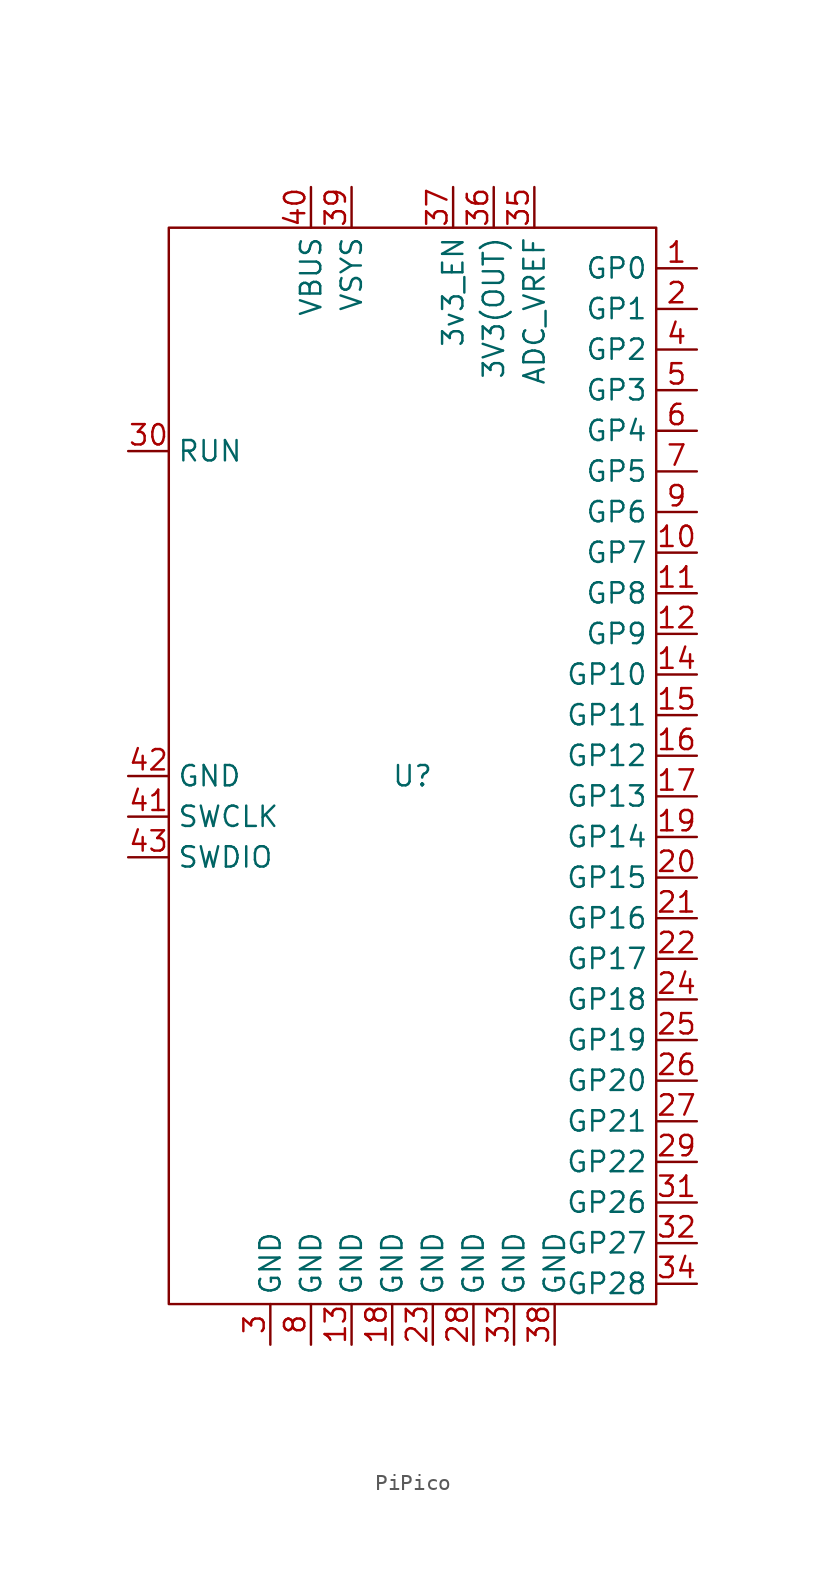
<source format=kicad_sym>
(kicad_symbol_lib
  (version 20231120)
  (generator "kicad_symbol_editor")
  (generator_version "8.0")
  (symbol "PiPico"
    (property "Reference" "U"
      (at 0 0 0)
      (effects (font (size 1.27 1.27))))
    (property "Value" ""
      (at 17.78 31.75 0)
      (effects (font (size 1.27 1.27))))
    (symbol "PiPico_0_0"
      (pin bidirectional line (at 17.78 31.75 180) (length 2.54) (name "GP0" (effects (font (size 1.27 1.27)))) (number "1" (effects (font (size 1.27 1.27)))))
      (pin bidirectional line (at 17.78 13.97 180) (length 2.54) (name "GP7" (effects (font (size 1.27 1.27)))) (number "10" (effects (font (size 1.27 1.27)))))
      (pin bidirectional line (at 17.78 11.43 180) (length 2.54) (name "GP8" (effects (font (size 1.27 1.27)))) (number "11" (effects (font (size 1.27 1.27)))))
      (pin bidirectional line (at 17.78 8.89 180) (length 2.54) (name "GP9" (effects (font (size 1.27 1.27)))) (number "12" (effects (font (size 1.27 1.27)))))
      (pin passive line (at -3.81 -35.56 90) (length 2.54) (name "GND" (effects (font (size 1.27 1.27)))) (number "13" (effects (font (size 1.27 1.27)))))
      (pin bidirectional line (at 17.78 6.35 180) (length 2.54) (name "GP10" (effects (font (size 1.27 1.27)))) (number "14" (effects (font (size 1.27 1.27)))))
      (pin bidirectional line (at 17.78 3.81 180) (length 2.54) (name "GP11" (effects (font (size 1.27 1.27)))) (number "15" (effects (font (size 1.27 1.27)))))
      (pin bidirectional line (at 17.78 1.27 180) (length 2.54) (name "GP12" (effects (font (size 1.27 1.27)))) (number "16" (effects (font (size 1.27 1.27)))))
      (pin bidirectional line (at 17.78 -1.27 180) (length 2.54) (name "GP13" (effects (font (size 1.27 1.27)))) (number "17" (effects (font (size 1.27 1.27)))))
      (pin passive line (at -1.27 -35.56 90) (length 2.54) (name "GND" (effects (font (size 1.27 1.27)))) (number "18" (effects (font (size 1.27 1.27)))))
      (pin bidirectional line (at 17.78 -3.81 180) (length 2.54) (name "GP14" (effects (font (size 1.27 1.27)))) (number "19" (effects (font (size 1.27 1.27)))))
      (pin bidirectional line (at 17.78 29.21 180) (length 2.54) (name "GP1" (effects (font (size 1.27 1.27)))) (number "2" (effects (font (size 1.27 1.27)))))
      (pin bidirectional line (at 17.78 -6.35 180) (length 2.54) (name "GP15" (effects (font (size 1.27 1.27)))) (number "20" (effects (font (size 1.27 1.27)))))
      (pin bidirectional line (at 17.78 -8.89 180) (length 2.54) (name "GP16" (effects (font (size 1.27 1.27)))) (number "21" (effects (font (size 1.27 1.27)))))
      (pin bidirectional line (at 17.78 -11.43 180) (length 2.54) (name "GP17" (effects (font (size 1.27 1.27)))) (number "22" (effects (font (size 1.27 1.27)))))
      (pin passive line (at 1.27 -35.56 90) (length 2.54) (name "GND" (effects (font (size 1.27 1.27)))) (number "23" (effects (font (size 1.27 1.27)))))
      (pin bidirectional line (at 17.78 -13.97 180) (length 2.54) (name "GP18" (effects (font (size 1.27 1.27)))) (number "24" (effects (font (size 1.27 1.27)))))
      (pin bidirectional line (at 17.78 -16.51 180) (length 2.54) (name "GP19" (effects (font (size 1.27 1.27)))) (number "25" (effects (font (size 1.27 1.27)))))
      (pin bidirectional line (at 17.78 -19.05 180) (length 2.54) (name "GP20" (effects (font (size 1.27 1.27)))) (number "26" (effects (font (size 1.27 1.27)))))
      (pin bidirectional line (at 17.78 -21.59 180) (length 2.54) (name "GP21" (effects (font (size 1.27 1.27)))) (number "27" (effects (font (size 1.27 1.27)))))
      (pin passive line (at 3.81 -35.56 90) (length 2.54) (name "GND" (effects (font (size 1.27 1.27)))) (number "28" (effects (font (size 1.27 1.27)))))
      (pin bidirectional line (at 17.78 -24.13 180) (length 2.54) (name "GP22" (effects (font (size 1.27 1.27)))) (number "29" (effects (font (size 1.27 1.27)))))
      (pin passive line (at -8.89 -35.56 90) (length 2.54) (name "GND" (effects (font (size 1.27 1.27)))) (number "3" (effects (font (size 1.27 1.27)))))
      (pin input line (at -17.78 20.32 0) (length 2.54) (name "RUN" (effects (font (size 1.27 1.27)))) (number "30" (effects (font (size 1.27 1.27)))))
      (pin bidirectional line (at 17.78 -26.67 180) (length 2.54) (name "GP26" (effects (font (size 1.27 1.27)))) (number "31" (effects (font (size 1.27 1.27)))))
      (pin bidirectional line (at 17.78 -29.21 180) (length 2.54) (name "GP27" (effects (font (size 1.27 1.27)))) (number "32" (effects (font (size 1.27 1.27)))))
      (pin passive line (at 6.35 -35.56 90) (length 2.54) (name "GND" (effects (font (size 1.27 1.27)))) (number "33" (effects (font (size 1.27 1.27)))))
      (pin bidirectional line (at 17.78 -31.75 180) (length 2.54) (name "GP28" (effects (font (size 1.27 1.27)))) (number "34" (effects (font (size 1.27 1.27)))))
      (pin input line (at 7.62 36.83 270) (length 2.54) (name "ADC_VREF" (effects (font (size 1.27 1.27)))) (number "35" (effects (font (size 1.27 1.27)))))
      (pin power_out line (at 5.08 36.83 270) (length 2.54) (name "3V3(OUT)" (effects (font (size 1.27 1.27)))) (number "36" (effects (font (size 1.27 1.27)))))
      (pin input line (at 2.54 36.83 270) (length 2.54) (name "3v3_EN" (effects (font (size 1.27 1.27)))) (number "37" (effects (font (size 1.27 1.27)))))
      (pin passive line (at 8.89 -35.56 90) (length 2.54) (name "GND" (effects (font (size 1.27 1.27)))) (number "38" (effects (font (size 1.27 1.27)))))
      (pin power_in line (at -3.81 36.83 270) (length 2.54) (name "VSYS" (effects (font (size 1.27 1.27)))) (number "39" (effects (font (size 1.27 1.27)))))
      (pin bidirectional line (at 17.78 26.67 180) (length 2.54) (name "GP2" (effects (font (size 1.27 1.27)))) (number "4" (effects (font (size 1.27 1.27)))))
      (pin power_in line (at -6.35 36.83 270) (length 2.54) (name "VBUS" (effects (font (size 1.27 1.27)))) (number "40" (effects (font (size 1.27 1.27)))))
      (pin bidirectional line (at 17.78 24.13 180) (length 2.54) (name "GP3" (effects (font (size 1.27 1.27)))) (number "5" (effects (font (size 1.27 1.27)))))
      (pin bidirectional line (at 17.78 21.59 180) (length 2.54) (name "GP4" (effects (font (size 1.27 1.27)))) (number "6" (effects (font (size 1.27 1.27)))))
      (pin bidirectional line (at 17.78 19.05 180) (length 2.54) (name "GP5" (effects (font (size 1.27 1.27)))) (number "7" (effects (font (size 1.27 1.27)))))
      (pin passive line (at -6.35 -35.56 90) (length 2.54) (name "GND" (effects (font (size 1.27 1.27)))) (number "8" (effects (font (size 1.27 1.27)))))
      (pin bidirectional line (at 17.78 16.51 180) (length 2.54) (name "GP6" (effects (font (size 1.27 1.27)))) (number "9" (effects (font (size 1.27 1.27))))))
    (symbol "PiPico_0_1"
      (rectangle (start -15.24 34.29) (end 15.24 -33.02) (stroke (width 0) (type default)) (fill (type none))))
    (symbol "PiPico_1_0"
      (pin bidirectional line (at -17.78 -2.54 0) (length 2.54) (name "SWCLK" (effects (font (size 1.27 1.27)))) (number "41" (effects (font (size 1.27 1.27)))))
      (pin passive line (at -17.78 0 0) (length 2.54) (name "GND" (effects (font (size 1.27 1.27)))) (number "42" (effects (font (size 1.27 1.27)))))
      (pin bidirectional line (at -17.78 -5.08 0) (length 2.54) (name "SWDIO" (effects (font (size 1.27 1.27)))) (number "43" (effects (font (size 1.27 1.27))))))))
</source>
